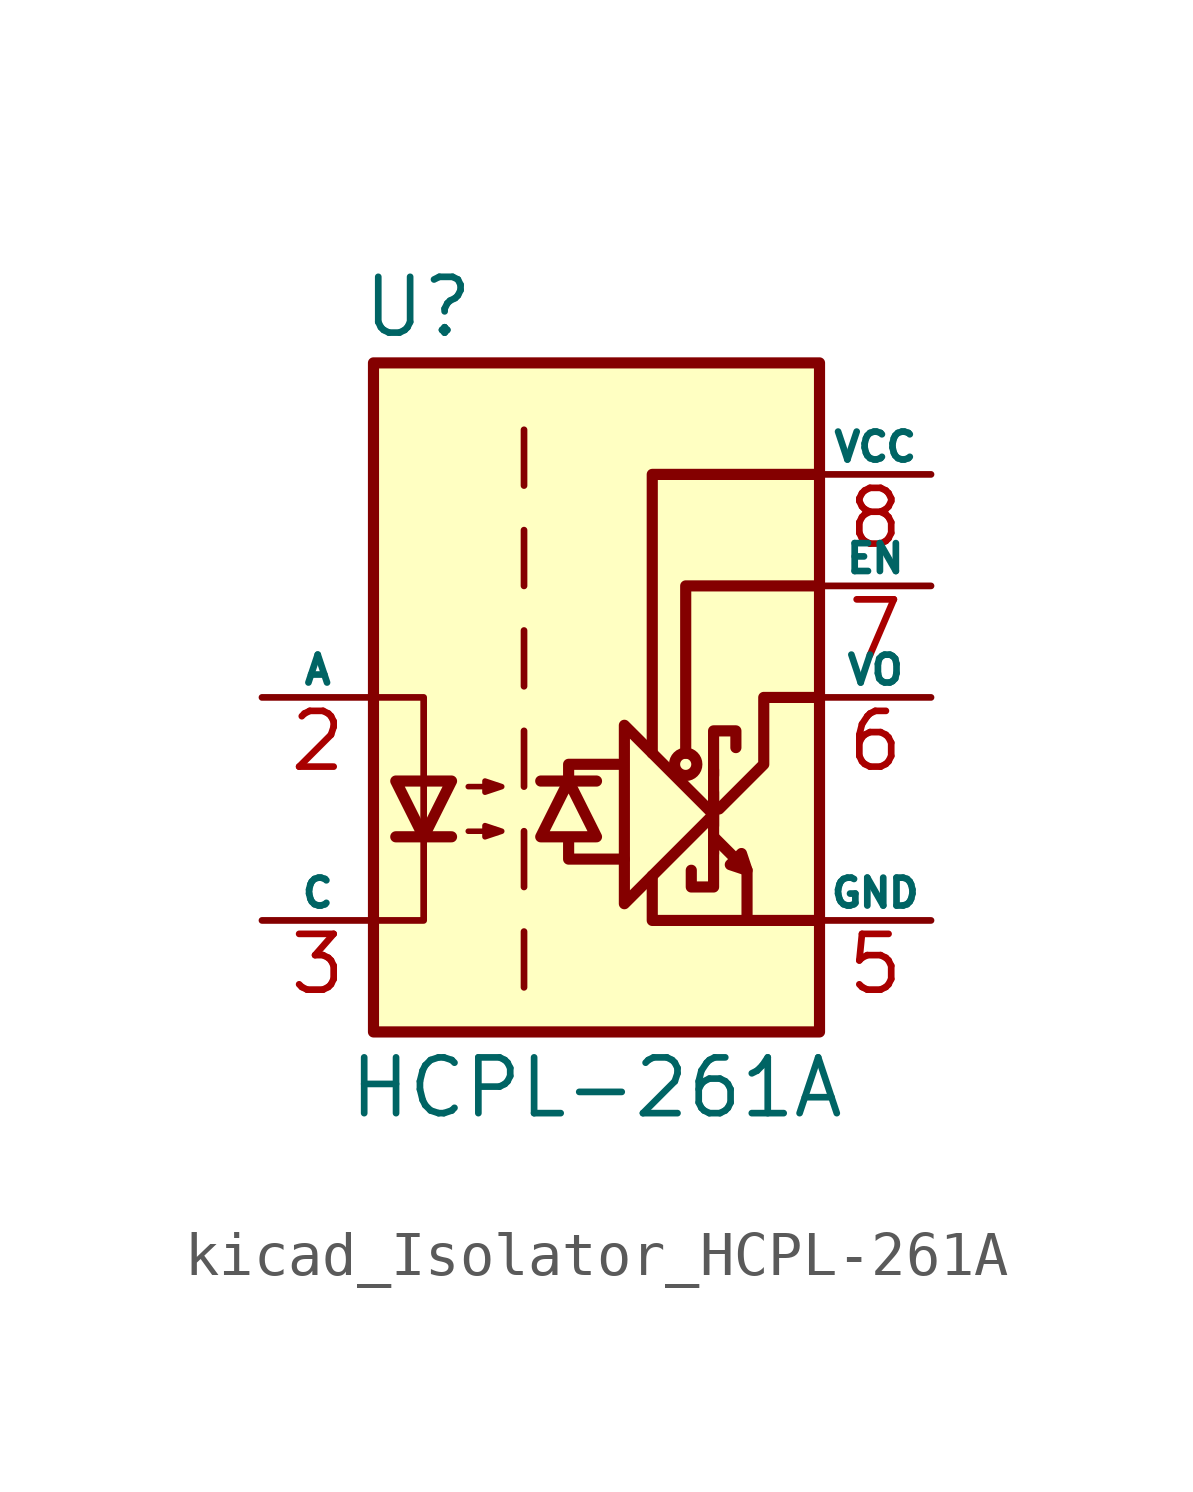
<source format=kicad_sym>
(kicad_symbol_lib
  (version 20220914)
  (generator kicad_symbol_editor)
  (symbol "kicad_Isolator_HCPL-261A"
    (pin_names
      (offset 0))
    (property "Reference" "U"
      (at -4.064 8.89 0)
      (effects (font (size 1.27 1.27))))
    (property "Value" "HCPL-261A"
      (at 0 -8.89 0)
      (effects (font (size 1.27 1.27))))
    (symbol "kicad_Isolator_HCPL-261A_0_1"
      (polyline (pts (xy 2.667 -3.556) (xy 2.667 -1.651)) (stroke (width 0.254) (type default)) (fill (type none)))
      (polyline (pts (xy 2.667 -2.159) (xy 2.667 -2.921)) (stroke (width 0.254) (type default)) (fill (type none)))
      (polyline (pts (xy 3.429 -3.937) (xy 3.429 -5.08)) (stroke (width 0.254) (type default)) (fill (type none)))
      (polyline (pts (xy -0.635 -3.302) (xy -0.635 -3.683) (xy 0.635 -3.683)) (stroke (width 0.254) (type default)) (fill (type none)))
      (polyline (pts (xy -0.635 -1.905) (xy -0.635 -1.524) (xy 0.508 -1.524)) (stroke (width 0.254) (type default)) (fill (type none)))
      (polyline (pts (xy 1.27 -4.064) (xy 1.27 -5.08) (xy 5.08 -5.08)) (stroke (width 0.254) (type default)) (fill (type none)))
      (polyline (pts (xy 1.27 -1.27) (xy 1.27 5.08) (xy 5.08 5.08)) (stroke (width 0.254) (type default)) (fill (type none)))
      (polyline (pts (xy 2.032 -1.27) (xy 2.032 2.54) (xy 5.08 2.54)) (stroke (width 0.254) (type default)) (fill (type none)))
      (polyline (pts (xy -5.08 -5.08) (xy -3.937 -5.08) (xy -3.937 0) (xy -5.08 0)) (stroke (width 0) (type default)) (fill (type none)))
      (polyline (pts (xy 2.667 -3.302) (xy 2.667 -4.318) (xy 2.159 -4.318) (xy 2.159 -3.937)) (stroke (width 0.254) (type default)) (fill (type none)))
      (polyline (pts (xy 2.667 -2.667) (xy 0.635 -4.699) (xy 0.635 -0.635) (xy 2.667 -2.667)) (stroke (width 0.254) (type default)) (fill (type none)))
      (polyline (pts (xy 2.667 -1.778) (xy 2.667 -0.762) (xy 3.175 -0.762) (xy 3.175 -1.143)) (stroke (width 0.254) (type default)) (fill (type none)))
      (polyline (pts (xy 2.794 -2.54) (xy 3.81 -1.524) (xy 3.81 0) (xy 5.08 0)) (stroke (width 0.254) (type default)) (fill (type none)))
      (polyline (pts (xy 2.667 -3.175) (xy 3.429 -3.937) (xy 3.302 -3.556) (xy 3.048 -3.81) (xy 3.429 -3.937)) (stroke (width 0.254) (type default)) (fill (type none)))
      (circle (center 2.032 -1.524) (radius 0.254) (stroke (width 0.254) (type default)) (fill (type none))))
    (symbol "kicad_Isolator_HCPL-261A_1_1"
      (rectangle (start -5.08 7.62) (end 5.08 -7.62) (stroke (width 0.254) (type default)) (fill (type background)))
      (polyline (pts (xy -4.572 -3.175) (xy -3.302 -3.175)) (stroke (width 0.254) (type default)) (fill (type none)))
      (polyline (pts (xy -1.651 -5.334) (xy -1.651 -6.604)) (stroke (width 0) (type default)) (fill (type none)))
      (polyline (pts (xy -1.651 -3.048) (xy -1.651 -4.318)) (stroke (width 0) (type default)) (fill (type none)))
      (polyline (pts (xy -1.651 -0.762) (xy -1.651 -2.032)) (stroke (width 0) (type default)) (fill (type none)))
      (polyline (pts (xy -1.651 1.524) (xy -1.651 0.254)) (stroke (width 0) (type default)) (fill (type none)))
      (polyline (pts (xy -1.651 3.81) (xy -1.651 2.54)) (stroke (width 0) (type default)) (fill (type none)))
      (polyline (pts (xy -1.651 6.096) (xy -1.651 4.826)) (stroke (width 0) (type default)) (fill (type none)))
      (polyline (pts (xy -1.27 -1.905) (xy 0 -1.905)) (stroke (width 0.254) (type default)) (fill (type none)))
      (polyline (pts (xy -3.937 -3.175) (xy -4.572 -1.905) (xy -3.302 -1.905) (xy -3.937 -3.175)) (stroke (width 0.254) (type default)) (fill (type none)))
      (polyline (pts (xy -0.635 -1.905) (xy -1.27 -3.175) (xy 0 -3.175) (xy -0.635 -1.905)) (stroke (width 0.254) (type default)) (fill (type none)))
      (polyline (pts (xy -2.921 -3.048) (xy -2.159 -3.048) (xy -2.54 -3.175) (xy -2.54 -2.921) (xy -2.159 -3.048)) (stroke (width 0.127) (type default)) (fill (type none)))
      (polyline (pts (xy -2.921 -2.032) (xy -2.159 -2.032) (xy -2.54 -2.159) (xy -2.54 -1.905) (xy -2.159 -2.032)) (stroke (width 0.127) (type default)) (fill (type none)))
      (pin no_connect line (at -5.08 5.08 0) (length 2.54) hide (name "NC" (effects (font (size 0.635 0.635)))) (number "1" (effects (font (size 1.27 1.27)))))
      (pin passive line (at -7.62 0 0) (length 2.54) (name "A" (effects (font (size 0.635 0.635)))) (number "2" (effects (font (size 1.27 1.27)))))
      (pin passive line (at -7.62 -5.08 0) (length 2.54) (name "C" (effects (font (size 0.635 0.635)))) (number "3" (effects (font (size 1.27 1.27)))))
      (pin power_in line (at 7.62 -5.08 180) (length 2.54) (name "GND" (effects (font (size 0.635 0.635)))) (number "5" (effects (font (size 1.27 1.27)))))
      (pin open_collector line (at 7.62 0 180) (length 2.54) (name "VO" (effects (font (size 0.635 0.635)))) (number "6" (effects (font (size 1.27 1.27)))))
      (pin input line (at 7.62 2.54 180) (length 2.54) (name "EN" (effects (font (size 0.635 0.635)))) (number "7" (effects (font (size 1.27 1.27)))))
      (pin power_in line (at 7.62 5.08 180) (length 2.54) (name "VCC" (effects (font (size 0.635 0.635)))) (number "8" (effects (font (size 1.27 1.27))))))))
</source>
